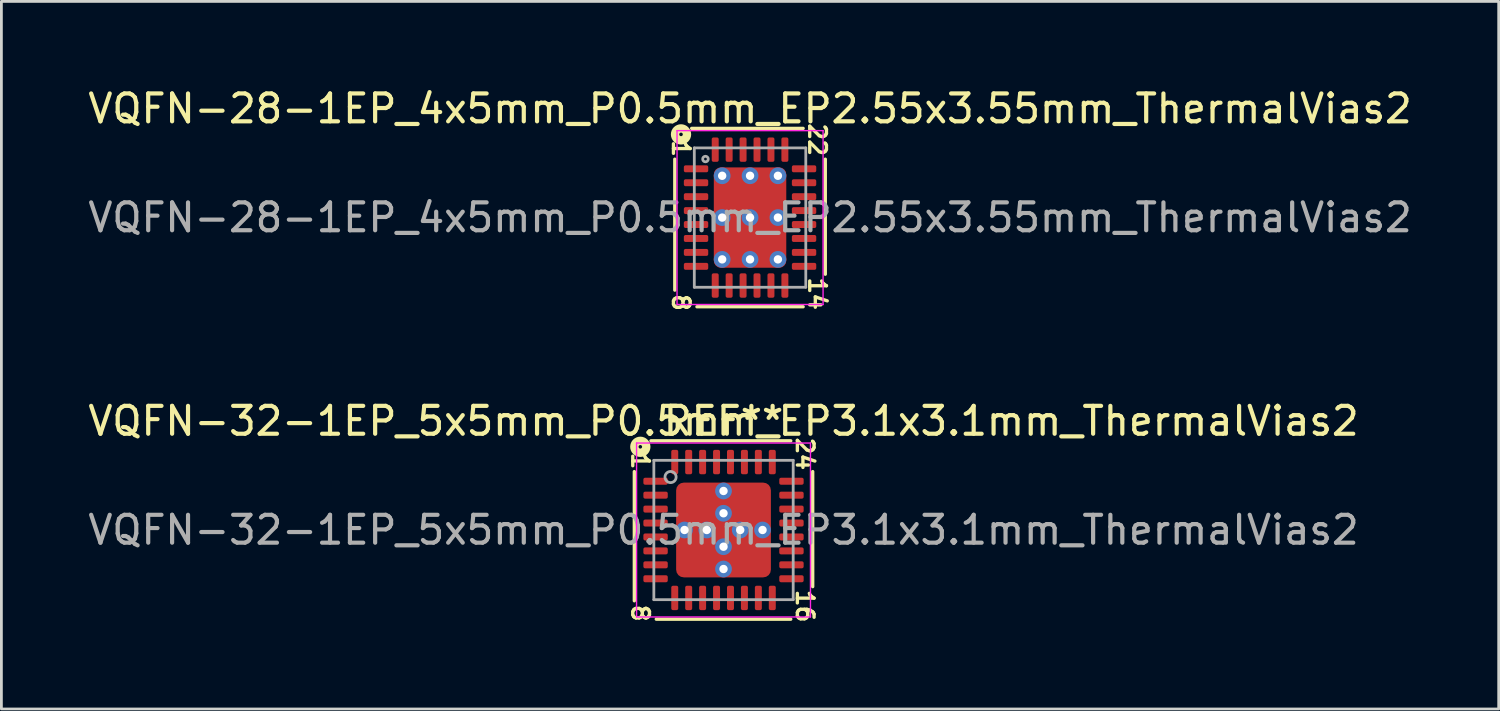
<source format=kicad_pcb>
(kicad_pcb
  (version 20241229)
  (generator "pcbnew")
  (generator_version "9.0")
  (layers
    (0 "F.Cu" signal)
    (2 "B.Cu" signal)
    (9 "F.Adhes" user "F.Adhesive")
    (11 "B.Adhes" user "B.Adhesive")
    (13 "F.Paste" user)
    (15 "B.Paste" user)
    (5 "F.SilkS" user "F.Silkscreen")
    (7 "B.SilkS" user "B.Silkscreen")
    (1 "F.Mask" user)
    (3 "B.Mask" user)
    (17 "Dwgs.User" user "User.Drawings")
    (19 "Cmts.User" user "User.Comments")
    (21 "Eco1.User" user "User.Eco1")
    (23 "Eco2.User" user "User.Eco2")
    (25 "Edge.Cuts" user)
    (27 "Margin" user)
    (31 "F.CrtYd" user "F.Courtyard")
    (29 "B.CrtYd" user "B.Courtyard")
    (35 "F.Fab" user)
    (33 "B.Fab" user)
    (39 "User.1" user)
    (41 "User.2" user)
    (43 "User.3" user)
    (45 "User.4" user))
  (footprint "VQFN-28-1EP_4x5mm_P0.5mm_EP2.55x3.55mm_ThermalVias2"
    (layer "F.Cu")
    (at 23.863 4.757)
    (property "Reference" "VQFN-28-1EP_4x5mm_P0.5mm_EP2.55x3.55mm_ThermalVias2" (at 0 -3.909 0) (layer "F.SilkS") (effects (font (size 1 1) (thickness 0.15))))
    (attr smd)
    (fp_line (start -2.7 -2.095) (end -2.7 2.603) (stroke (width 0.12) (type solid)) (layer "F.SilkS"))
    (fp_line (start -1.905 3.2) (end 1.905 3.2) (stroke (width 0.12) (type solid)) (layer "F.SilkS"))
    (fp_line (start 1.905 -3.2) (end -2.095 -3.2) (stroke (width 0.12) (type solid)) (layer "F.SilkS"))
    (fp_line (start 2.7 2.032) (end 2.7 -2.095) (stroke (width 0.12) (type solid)) (layer "F.SilkS"))
    (fp_circle (center -2.477 -2.985) (end -2.413 -2.985) (stroke (width 0.3) (type solid)) (fill no) (layer "F.SilkS"))
    (fp_line (start -2.62 -3.12) (end -2.62 3.12) (stroke (width 0.05) (type solid)) (layer "F.CrtYd"))
    (fp_line (start -2.62 3.12) (end 2.62 3.12) (stroke (width 0.05) (type solid)) (layer "F.CrtYd"))
    (fp_line (start 2.62 -3.12) (end -2.62 -3.12) (stroke (width 0.05) (type solid)) (layer "F.CrtYd"))
    (fp_line (start 2.62 3.12) (end 2.62 -3.12) (stroke (width 0.05) (type solid)) (layer "F.CrtYd"))
    (fp_line (start -2 -2.5) (end 2 -2.5) (stroke (width 0.1) (type solid)) (layer "F.Fab"))
    (fp_line (start -2 2.5) (end -2 -2.5) (stroke (width 0.1) (type solid)) (layer "F.Fab"))
    (fp_line (start 2 -2.5) (end 2 2.5) (stroke (width 0.1) (type solid)) (layer "F.Fab"))
    (fp_line (start 2 2.5) (end -2 2.5) (stroke (width 0.1) (type solid)) (layer "F.Fab"))
    (fp_circle (center -1.6 -2.1) (end -1.5 -2.1) (stroke (width 0.1) (type solid)) (fill no) (layer "F.Fab"))
    (fp_text user "1" (at -2.477 -2.477 270) (unlocked yes) (layer "F.SilkS") (effects (font (size 0.6 0.6) (thickness 0.12))))
    (fp_text user "14" (at 2.413 2.731 270) (unlocked yes) (layer "F.SilkS") (effects (font (size 0.6 0.6) (thickness 0.12))))
    (fp_text user "8" (at -2.477 3.048 270) (unlocked yes) (layer "F.SilkS") (effects (font (size 0.6 0.6) (thickness 0.12))))
    (fp_text user "22" (at 2.413 -2.794 270) (unlocked yes) (layer "F.SilkS") (effects (font (size 0.6 0.6) (thickness 0.12))))
    (fp_text user "${REFERENCE}" (at 0 0 0) (layer "F.Fab") (effects (font (size 1 1) (thickness 0.15))))
    (pad "" smd roundrect (at -0.625 -0.75) (size 0.85 0.7) (layers "F.Paste") (roundrect_rratio 0.25))
    (pad "" smd roundrect (at -0.625 0.75) (size 0.85 0.7) (layers "F.Paste") (roundrect_rratio 0.25))
    (pad "" smd roundrect (at 0 -0.75) (size 2.4 0.9) (layers "F.Mask") (roundrect_rratio 0.25))
    (pad "" smd roundrect (at 0 0.75) (size 2.4 0.9) (layers "F.Mask") (roundrect_rratio 0.25))
    (pad "" smd roundrect (at 0.625 -0.75) (size 0.85 0.7) (layers "F.Paste") (roundrect_rratio 0.25))
    (pad "" smd roundrect (at 0.625 0.75) (size 0.85 0.7) (layers "F.Paste") (roundrect_rratio 0.25))
    (pad "1" smd roundrect (at -1.938 -1.75) (size 0.875 0.25) (layers "F.Cu" "F.Mask" "F.Paste") (roundrect_rratio 0.25))
    (pad "2" smd roundrect (at -1.938 -1.25) (size 0.875 0.25) (layers "F.Cu" "F.Mask" "F.Paste") (roundrect_rratio 0.25))
    (pad "3" smd roundrect (at -1.938 -0.75) (size 0.875 0.25) (layers "F.Cu" "F.Mask" "F.Paste") (roundrect_rratio 0.25))
    (pad "4" smd roundrect (at -1.938 -0.25) (size 0.875 0.25) (layers "F.Cu" "F.Mask" "F.Paste") (roundrect_rratio 0.25))
    (pad "5" smd roundrect (at -1.938 0.25) (size 0.875 0.25) (layers "F.Cu" "F.Mask" "F.Paste") (roundrect_rratio 0.25))
    (pad "6" smd roundrect (at -1.938 0.75) (size 0.875 0.25) (layers "F.Cu" "F.Mask" "F.Paste") (roundrect_rratio 0.25))
    (pad "7" smd roundrect (at -1.938 1.25) (size 0.875 0.25) (layers "F.Cu" "F.Mask" "F.Paste") (roundrect_rratio 0.25))
    (pad "8" smd roundrect (at -1.938 1.75) (size 0.875 0.25) (layers "F.Cu" "F.Mask" "F.Paste") (roundrect_rratio 0.25))
    (pad "9" smd roundrect (at -1.25 2.438) (size 0.25 0.875) (layers "F.Cu" "F.Mask" "F.Paste") (roundrect_rratio 0.25))
    (pad "10" smd roundrect (at -0.75 2.438) (size 0.25 0.875) (layers "F.Cu" "F.Mask" "F.Paste") (roundrect_rratio 0.25))
    (pad "11" smd roundrect (at -0.25 2.438) (size 0.25 0.875) (layers "F.Cu" "F.Mask" "F.Paste") (roundrect_rratio 0.25))
    (pad "12" smd roundrect (at 0.25 2.438) (size 0.25 0.875) (layers "F.Cu" "F.Mask" "F.Paste") (roundrect_rratio 0.25))
    (pad "13" smd roundrect (at 0.75 2.438) (size 0.25 0.875) (layers "F.Cu" "F.Mask" "F.Paste") (roundrect_rratio 0.25))
    (pad "14" smd roundrect (at 1.25 2.438) (size 0.25 0.875) (layers "F.Cu" "F.Mask" "F.Paste") (roundrect_rratio 0.25))
    (pad "15" smd roundrect (at 1.938 1.75) (size 0.875 0.25) (layers "F.Cu" "F.Mask" "F.Paste") (roundrect_rratio 0.25))
    (pad "16" smd roundrect (at 1.938 1.25) (size 0.875 0.25) (layers "F.Cu" "F.Mask" "F.Paste") (roundrect_rratio 0.25))
    (pad "17" smd roundrect (at 1.938 0.75) (size 0.875 0.25) (layers "F.Cu" "F.Mask" "F.Paste") (roundrect_rratio 0.25))
    (pad "18" smd roundrect (at 1.938 0.25) (size 0.875 0.25) (layers "F.Cu" "F.Mask" "F.Paste") (roundrect_rratio 0.25))
    (pad "19" smd roundrect (at 1.938 -0.25) (size 0.875 0.25) (layers "F.Cu" "F.Mask" "F.Paste") (roundrect_rratio 0.25))
    (pad "20" smd roundrect (at 1.938 -0.75) (size 0.875 0.25) (layers "F.Cu" "F.Mask" "F.Paste") (roundrect_rratio 0.25))
    (pad "21" smd roundrect (at 1.938 -1.25) (size 0.875 0.25) (layers "F.Cu" "F.Mask" "F.Paste") (roundrect_rratio 0.25))
    (pad "22" smd roundrect (at 1.938 -1.75) (size 0.875 0.25) (layers "F.Cu" "F.Mask" "F.Paste") (roundrect_rratio 0.25))
    (pad "23" smd roundrect (at 1.25 -2.438) (size 0.25 0.875) (layers "F.Cu" "F.Mask" "F.Paste") (roundrect_rratio 0.25))
    (pad "24" smd roundrect (at 0.75 -2.438) (size 0.25 0.875) (layers "F.Cu" "F.Mask" "F.Paste") (roundrect_rratio 0.25))
    (pad "25" smd roundrect (at 0.25 -2.438) (size 0.25 0.875) (layers "F.Cu" "F.Mask" "F.Paste") (roundrect_rratio 0.25))
    (pad "26" smd roundrect (at -0.25 -2.438) (size 0.25 0.875) (layers "F.Cu" "F.Mask" "F.Paste") (roundrect_rratio 0.25))
    (pad "27" smd roundrect (at -0.75 -2.438) (size 0.25 0.875) (layers "F.Cu" "F.Mask" "F.Paste") (roundrect_rratio 0.25))
    (pad "28" smd roundrect (at -1.25 -2.438) (size 0.25 0.875) (layers "F.Cu" "F.Mask" "F.Paste") (roundrect_rratio 0.25))
    (pad "29" thru_hole circle (at -1 -1.5 180) (size 0.6 0.6) (drill 0.3) (property pad_prop_heatsink) (layers "*.Cu" "*.Mask"))
    (pad "29" thru_hole circle (at -1 0 180) (size 0.6 0.6) (drill 0.3) (property pad_prop_heatsink) (layers "*.Cu" "*.Mask"))
    (pad "29" thru_hole circle (at -1 1.5 180) (size 0.6 0.6) (drill 0.3) (property pad_prop_heatsink) (layers "*.Cu" "*.Mask"))
    (pad "29" thru_hole circle (at 0 -1.5 180) (size 0.6 0.6) (drill 0.3) (property pad_prop_heatsink) (layers "*.Cu" "*.Mask"))
    (pad "29" thru_hole circle (at 0 0 180) (size 0.6 0.6) (drill 0.3) (property pad_prop_heatsink) (layers "*.Cu" "*.Mask"))
    (pad "29" smd roundrect (at 0 0) (size 2.6 3.6) (layers "F.Cu") (roundrect_rratio 0.096))
    (pad "29" thru_hole circle (at 0 1.5 180) (size 0.6 0.6) (drill 0.3) (property pad_prop_heatsink) (layers "*.Cu" "*.Mask"))
    (pad "29" thru_hole circle (at 1 -1.5 180) (size 0.6 0.6) (drill 0.3) (property pad_prop_heatsink) (layers "*.Cu" "*.Mask"))
    (pad "29" thru_hole circle (at 1 0 180) (size 0.6 0.6) (drill 0.3) (property pad_prop_heatsink) (layers "*.Cu" "*.Mask"))
    (pad "29" thru_hole circle (at 1 1.5 180) (size 0.6 0.6) (drill 0.3) (property pad_prop_heatsink) (layers "*.Cu" "*.Mask")))
  (footprint "VQFN-32-1EP_5x5mm_P0.5mm_EP3.1x3.1mm_ThermalVias2"
    (layer "F.Cu")
    (at 22.911 15.967)
    (property "Reference" "VQFN-32-1EP_5x5mm_P0.5mm_EP3.1x3.1mm_ThermalVias2" (at 0 -3.909 0) (layer "F.SilkS") (effects (font (size 1 1) (thickness 0.15))))
    (attr smd)
    (fp_line (start -3.2 -2.095) (end -3.2 2.54) (stroke (width 0.12) (type solid)) (layer "F.SilkS"))
    (fp_line (start -2.413 3.2) (end 2.413 3.2) (stroke (width 0.12) (type solid)) (layer "F.SilkS"))
    (fp_line (start 2.413 -3.2) (end -2.603 -3.2) (stroke (width 0.12) (type solid)) (layer "F.SilkS"))
    (fp_line (start 3.2 2.032) (end 3.2 -2.095) (stroke (width 0.12) (type solid)) (layer "F.SilkS"))
    (fp_circle (center -2.985 -2.985) (end -2.921 -2.985) (stroke (width 0.3) (type solid)) (fill no) (layer "F.SilkS"))
    (fp_line (start -3.12 -3.12) (end -3.12 3.12) (stroke (width 0.05) (type solid)) (layer "F.CrtYd"))
    (fp_line (start -3.12 3.12) (end 3.12 3.12) (stroke (width 0.05) (type solid)) (layer "F.CrtYd"))
    (fp_line (start 3.12 -3.12) (end -3.12 -3.12) (stroke (width 0.05) (type solid)) (layer "F.CrtYd"))
    (fp_line (start 3.12 3.12) (end 3.12 -3.12) (stroke (width 0.05) (type solid)) (layer "F.CrtYd"))
    (fp_line (start -2.5 -2.5) (end 2.5 -2.5) (stroke (width 0.1) (type solid)) (layer "F.Fab"))
    (fp_line (start -2.5 2.5) (end -2.5 -2.5) (stroke (width 0.1) (type solid)) (layer "F.Fab"))
    (fp_line (start 2.5 -2.5) (end 2.5 2.5) (stroke (width 0.1) (type solid)) (layer "F.Fab"))
    (fp_line (start 2.5 2.5) (end -2.5 2.5) (stroke (width 0.1) (type solid)) (layer "F.Fab"))
    (fp_circle (center -1.9 -1.9) (end -1.7 -1.9) (stroke (width 0.1) (type solid)) (fill no) (layer "F.Fab"))
    (fp_text user "24" (at 2.921 -2.731 270) (unlocked yes) (layer "F.SilkS") (effects (font (size 0.6 0.6) (thickness 0.12))))
    (fp_text user "8" (at -2.985 2.985 270) (unlocked yes) (layer "F.SilkS") (effects (font (size 0.6 0.6) (thickness 0.12))))
    (fp_text user "1" (at -2.985 -2.477 270) (unlocked yes) (layer "F.SilkS") (effects (font (size 0.6 0.6) (thickness 0.12))))
    (fp_text user "REF**" (at 0 -3.909 0) (layer "F.SilkS") (effects (font (size 1 1) (thickness 0.15))))
    (fp_text user "16" (at 2.921 2.731 270) (unlocked yes) (layer "F.SilkS") (effects (font (size 0.6 0.6) (thickness 0.12))))
    (fp_text user "${REFERENCE}" (at 0 0 0) (layer "F.Fab") (effects (font (size 1 1) (thickness 0.15))))
    (pad "" smd roundrect (at -0.925 -0.925) (size 0.85 0.85) (layers "F.Paste") (roundrect_rratio 0.25))
    (pad "" smd roundrect (at -0.925 -0.925) (size 1.25 1.25) (layers "F.Mask") (roundrect_rratio 0.2))
    (pad "" smd roundrect (at -0.925 0.925) (size 0.85 0.85) (layers "F.Paste") (roundrect_rratio 0.25))
    (pad "" smd roundrect (at -0.925 0.925) (size 1.25 1.25) (layers "F.Mask") (roundrect_rratio 0.2))
    (pad "" smd roundrect (at 0.925 -0.925) (size 0.85 0.85) (layers "F.Paste") (roundrect_rratio 0.25))
    (pad "" smd roundrect (at 0.925 -0.925) (size 1.25 1.25) (layers "F.Mask") (roundrect_rratio 0.2))
    (pad "" smd roundrect (at 0.925 0.925) (size 0.85 0.85) (layers "F.Paste") (roundrect_rratio 0.25))
    (pad "" smd roundrect (at 0.925 0.925) (size 1.25 1.25) (layers "F.Mask") (roundrect_rratio 0.2))
    (pad "1" smd roundrect (at -2.438 -1.75) (size 0.875 0.25) (layers "F.Cu" "F.Mask" "F.Paste") (roundrect_rratio 0.25))
    (pad "2" smd roundrect (at -2.438 -1.25) (size 0.875 0.25) (layers "F.Cu" "F.Mask" "F.Paste") (roundrect_rratio 0.25))
    (pad "3" smd roundrect (at -2.438 -0.75) (size 0.875 0.25) (layers "F.Cu" "F.Mask" "F.Paste") (roundrect_rratio 0.25))
    (pad "4" smd roundrect (at -2.438 -0.25) (size 0.875 0.25) (layers "F.Cu" "F.Mask" "F.Paste") (roundrect_rratio 0.25))
    (pad "5" smd roundrect (at -2.438 0.25) (size 0.875 0.25) (layers "F.Cu" "F.Mask" "F.Paste") (roundrect_rratio 0.25))
    (pad "6" smd roundrect (at -2.438 0.75) (size 0.875 0.25) (layers "F.Cu" "F.Mask" "F.Paste") (roundrect_rratio 0.25))
    (pad "7" smd roundrect (at -2.438 1.25) (size 0.875 0.25) (layers "F.Cu" "F.Mask" "F.Paste") (roundrect_rratio 0.25))
    (pad "8" smd roundrect (at -2.438 1.75) (size 0.875 0.25) (layers "F.Cu" "F.Mask" "F.Paste") (roundrect_rratio 0.25))
    (pad "9" smd roundrect (at -1.75 2.438) (size 0.25 0.875) (layers "F.Cu" "F.Mask" "F.Paste") (roundrect_rratio 0.25))
    (pad "10" smd roundrect (at -1.25 2.438) (size 0.25 0.875) (layers "F.Cu" "F.Mask" "F.Paste") (roundrect_rratio 0.25))
    (pad "11" smd roundrect (at -0.75 2.438) (size 0.25 0.875) (layers "F.Cu" "F.Mask" "F.Paste") (roundrect_rratio 0.25))
    (pad "12" smd roundrect (at -0.25 2.438) (size 0.25 0.875) (layers "F.Cu" "F.Mask" "F.Paste") (roundrect_rratio 0.25))
    (pad "13" smd roundrect (at 0.25 2.438) (size 0.25 0.875) (layers "F.Cu" "F.Mask" "F.Paste") (roundrect_rratio 0.25))
    (pad "14" smd roundrect (at 0.75 2.438) (size 0.25 0.875) (layers "F.Cu" "F.Mask" "F.Paste") (roundrect_rratio 0.25))
    (pad "15" smd roundrect (at 1.25 2.438) (size 0.25 0.875) (layers "F.Cu" "F.Mask" "F.Paste") (roundrect_rratio 0.25))
    (pad "16" smd roundrect (at 1.75 2.438) (size 0.25 0.875) (layers "F.Cu" "F.Mask" "F.Paste") (roundrect_rratio 0.25))
    (pad "17" smd roundrect (at 2.438 1.75) (size 0.875 0.25) (layers "F.Cu" "F.Mask" "F.Paste") (roundrect_rratio 0.25))
    (pad "18" smd roundrect (at 2.438 1.25) (size 0.875 0.25) (layers "F.Cu" "F.Mask" "F.Paste") (roundrect_rratio 0.25))
    (pad "19" smd roundrect (at 2.438 0.75) (size 0.875 0.25) (layers "F.Cu" "F.Mask" "F.Paste") (roundrect_rratio 0.25))
    (pad "20" smd roundrect (at 2.438 0.25) (size 0.875 0.25) (layers "F.Cu" "F.Mask" "F.Paste") (roundrect_rratio 0.25))
    (pad "21" smd roundrect (at 2.438 -0.25) (size 0.875 0.25) (layers "F.Cu" "F.Mask" "F.Paste") (roundrect_rratio 0.25))
    (pad "22" smd roundrect (at 2.438 -0.75) (size 0.875 0.25) (layers "F.Cu" "F.Mask" "F.Paste") (roundrect_rratio 0.25))
    (pad "23" smd roundrect (at 2.438 -1.25) (size 0.875 0.25) (layers "F.Cu" "F.Mask" "F.Paste") (roundrect_rratio 0.25))
    (pad "24" smd roundrect (at 2.438 -1.75) (size 0.875 0.25) (layers "F.Cu" "F.Mask" "F.Paste") (roundrect_rratio 0.25))
    (pad "25" smd roundrect (at 1.75 -2.438) (size 0.25 0.875) (layers "F.Cu" "F.Mask" "F.Paste") (roundrect_rratio 0.25))
    (pad "26" smd roundrect (at 1.25 -2.438) (size 0.25 0.875) (layers "F.Cu" "F.Mask" "F.Paste") (roundrect_rratio 0.25))
    (pad "27" smd roundrect (at 0.75 -2.438) (size 0.25 0.875) (layers "F.Cu" "F.Mask" "F.Paste") (roundrect_rratio 0.25))
    (pad "28" smd roundrect (at 0.25 -2.438) (size 0.25 0.875) (layers "F.Cu" "F.Mask" "F.Paste") (roundrect_rratio 0.25))
    (pad "29" smd roundrect (at -0.25 -2.438) (size 0.25 0.875) (layers "F.Cu" "F.Mask" "F.Paste") (roundrect_rratio 0.25))
    (pad "30" smd roundrect (at -0.75 -2.438) (size 0.25 0.875) (layers "F.Cu" "F.Mask" "F.Paste") (roundrect_rratio 0.25))
    (pad "31" smd roundrect (at -1.25 -2.438) (size 0.25 0.875) (layers "F.Cu" "F.Mask" "F.Paste") (roundrect_rratio 0.25))
    (pad "32" smd roundrect (at -1.75 -2.438) (size 0.25 0.875) (layers "F.Cu" "F.Mask" "F.Paste") (roundrect_rratio 0.25))
    (pad "33" thru_hole circle (at -1.4 0 180) (size 0.6 0.6) (drill 0.3) (property pad_prop_heatsink) (layers "*.Cu" "*.Mask"))
    (pad "33" thru_hole circle (at -0.6 0 180) (size 0.6 0.6) (drill 0.3) (property pad_prop_heatsink) (layers "*.Cu" "*.Mask"))
    (pad "33" thru_hole circle (at 0 -1.4 180) (size 0.6 0.6) (drill 0.3) (property pad_prop_heatsink) (layers "*.Cu" "*.Mask"))
    (pad "33" thru_hole circle (at 0 -0.6 180) (size 0.6 0.6) (drill 0.3) (property pad_prop_heatsink) (layers "*.Cu" "*.Mask"))
    (pad "33" smd roundrect (at 0 0) (size 3.4 3.4) (layers "F.Cu") (roundrect_rratio 0.081))
    (pad "33" thru_hole circle (at 0 0.6 180) (size 0.6 0.6) (drill 0.3) (property pad_prop_heatsink) (layers "*.Cu" "*.Mask"))
    (pad "33" thru_hole circle (at 0 1.4 180) (size 0.6 0.6) (drill 0.3) (property pad_prop_heatsink) (layers "*.Cu" "*.Mask"))
    (pad "33" thru_hole circle (at 0.6 0 180) (size 0.6 0.6) (drill 0.3) (property pad_prop_heatsink) (layers "*.Cu" "*.Mask"))
    (pad "33" thru_hole circle (at 1.4 0 180) (size 0.6 0.6) (drill 0.3) (property pad_prop_heatsink) (layers "*.Cu" "*.Mask")))
  (gr_rect
    (start -3 -3)
    (end 50.726 22.389)
    (stroke (width 0.1) (type default))
    (fill no)
    (layer "Edge.Cuts")))
</source>
